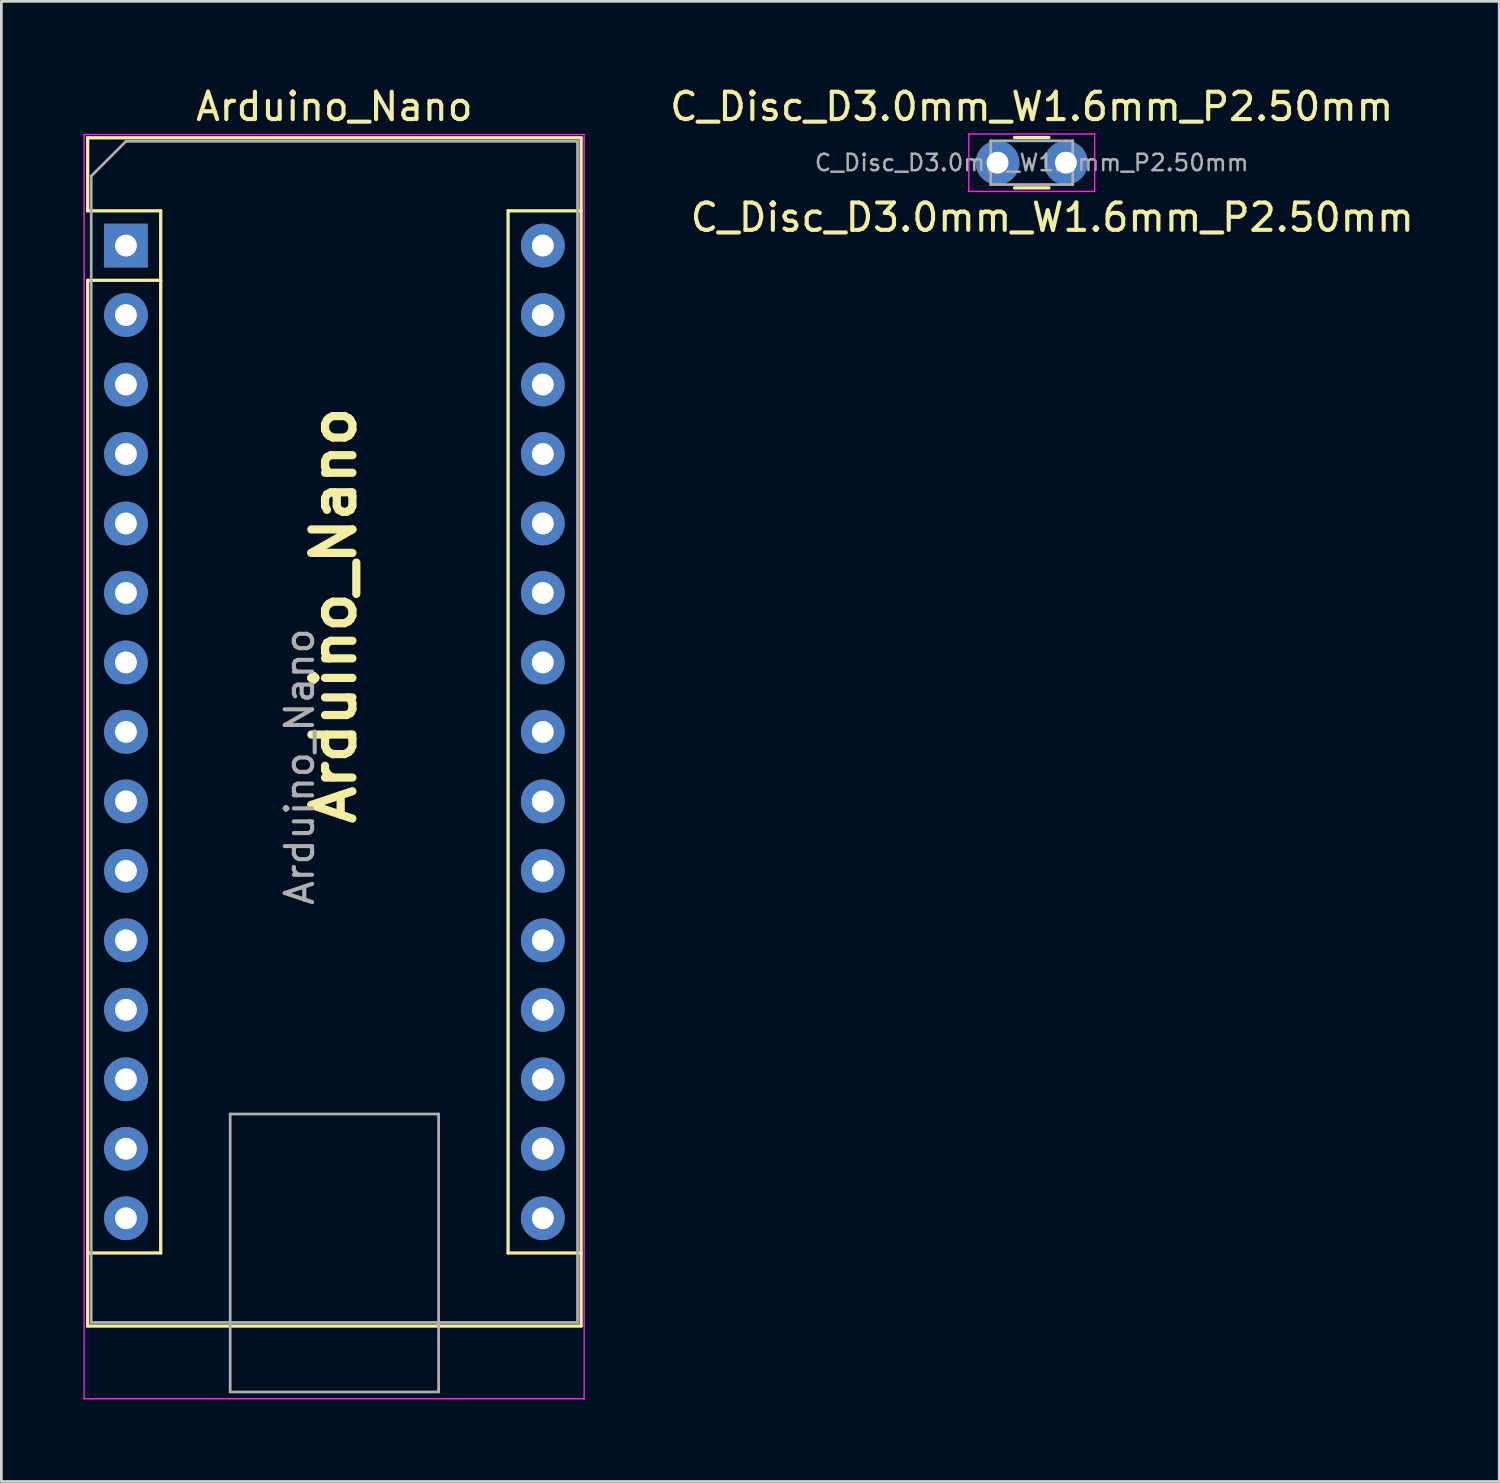
<source format=kicad_pcb>
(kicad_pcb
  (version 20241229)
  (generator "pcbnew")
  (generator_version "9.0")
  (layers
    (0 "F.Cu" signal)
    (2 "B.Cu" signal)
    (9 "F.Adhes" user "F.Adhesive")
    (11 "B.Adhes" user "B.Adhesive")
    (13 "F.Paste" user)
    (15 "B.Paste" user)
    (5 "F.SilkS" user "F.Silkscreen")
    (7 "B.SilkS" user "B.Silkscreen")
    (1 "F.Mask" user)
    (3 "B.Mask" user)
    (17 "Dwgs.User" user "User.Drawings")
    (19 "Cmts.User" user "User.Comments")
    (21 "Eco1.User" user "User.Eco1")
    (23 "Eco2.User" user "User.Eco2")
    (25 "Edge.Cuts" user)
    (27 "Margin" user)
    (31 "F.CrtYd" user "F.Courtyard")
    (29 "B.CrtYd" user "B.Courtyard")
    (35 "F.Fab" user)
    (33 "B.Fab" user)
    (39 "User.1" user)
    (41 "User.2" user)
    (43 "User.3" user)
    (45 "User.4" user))
  (footprint "Arduino_Nano"
    (layer "F.Cu")
    (at 1.555 5.928)
    (property "Reference" "Arduino_Nano" (at 7.62 -5.08 0) (layer "F.SilkS") (effects (font (size 1 1) (thickness 0.15))))
    (property "Value" "Arduino_Nano" (at 8.89 19.05 90) (layer "F.Fab") (hide yes) (effects (font (size 1 1) (thickness 0.15))))
    (attr through_hole)
    (fp_line (start -1.4 -3.94) (end -1.4 -1.27) (stroke (width 0.12) (type solid)) (layer "F.SilkS"))
    (fp_line (start -1.4 1.27) (end -1.4 39.5) (stroke (width 0.12) (type solid)) (layer "F.SilkS"))
    (fp_line (start -1.4 39.5) (end 16.64 39.5) (stroke (width 0.12) (type solid)) (layer "F.SilkS"))
    (fp_line (start 1.27 -1.27) (end -1.4 -1.27) (stroke (width 0.12) (type solid)) (layer "F.SilkS"))
    (fp_line (start 1.27 1.27) (end -1.4 1.27) (stroke (width 0.12) (type solid)) (layer "F.SilkS"))
    (fp_line (start 1.27 1.27) (end 1.27 -1.27) (stroke (width 0.12) (type solid)) (layer "F.SilkS"))
    (fp_line (start 1.27 1.27) (end 1.27 36.83) (stroke (width 0.12) (type solid)) (layer "F.SilkS"))
    (fp_line (start 1.27 36.83) (end -1.4 36.83) (stroke (width 0.12) (type solid)) (layer "F.SilkS"))
    (fp_line (start 13.97 -1.27) (end 13.97 36.83) (stroke (width 0.12) (type solid)) (layer "F.SilkS"))
    (fp_line (start 13.97 -1.27) (end 16.64 -1.27) (stroke (width 0.12) (type solid)) (layer "F.SilkS"))
    (fp_line (start 13.97 36.83) (end 16.64 36.83) (stroke (width 0.12) (type solid)) (layer "F.SilkS"))
    (fp_line (start 16.64 -3.94) (end -1.4 -3.94) (stroke (width 0.12) (type solid)) (layer "F.SilkS"))
    (fp_line (start 16.64 39.5) (end 16.64 -3.94) (stroke (width 0.12) (type solid)) (layer "F.SilkS"))
    (fp_line (start -1.53 -4.06) (end -1.53 42.16) (stroke (width 0.05) (type solid)) (layer "F.CrtYd"))
    (fp_line (start -1.53 -4.06) (end 16.75 -4.06) (stroke (width 0.05) (type solid)) (layer "F.CrtYd"))
    (fp_line (start 16.75 42.16) (end -1.53 42.16) (stroke (width 0.05) (type solid)) (layer "F.CrtYd"))
    (fp_line (start 16.75 42.16) (end 16.75 -4.06) (stroke (width 0.05) (type solid)) (layer "F.CrtYd"))
    (fp_line (start -1.27 -2.54) (end 0 -3.81) (stroke (width 0.1) (type solid)) (layer "F.Fab"))
    (fp_line (start -1.27 39.37) (end -1.27 -2.54) (stroke (width 0.1) (type solid)) (layer "F.Fab"))
    (fp_line (start 0 -3.81) (end 16.51 -3.81) (stroke (width 0.1) (type solid)) (layer "F.Fab"))
    (fp_line (start 3.81 31.75) (end 11.43 31.75) (stroke (width 0.1) (type solid)) (layer "F.Fab"))
    (fp_line (start 3.81 41.91) (end 3.81 31.75) (stroke (width 0.1) (type solid)) (layer "F.Fab"))
    (fp_line (start 11.43 31.75) (end 11.43 41.91) (stroke (width 0.1) (type solid)) (layer "F.Fab"))
    (fp_line (start 11.43 41.91) (end 3.81 41.91) (stroke (width 0.1) (type solid)) (layer "F.Fab"))
    (fp_line (start 16.51 -3.81) (end 16.51 39.37) (stroke (width 0.1) (type solid)) (layer "F.Fab"))
    (fp_line (start 16.51 39.37) (end -1.27 39.37) (stroke (width 0.1) (type solid)) (layer "F.Fab"))
    (fp_text user "${VALUE}" (at 7.6 13.52 90) (layer "F.SilkS") (effects (font (size 1.5 1.5) (thickness 0.3))))
    (fp_text user "${REFERENCE}" (at 6.35 19.05 90) (layer "F.Fab") (effects (font (size 1 1) (thickness 0.15))))
    (pad "1" thru_hole rect (at 0 0) (size 1.6 1.6) (drill 0.8) (layers "*.Cu" "*.Mask"))
    (pad "2" thru_hole oval (at 0 2.54) (size 1.6 1.6) (drill 0.8) (layers "*.Cu" "*.Mask"))
    (pad "3" thru_hole oval (at 0 5.08) (size 1.6 1.6) (drill 0.8) (layers "*.Cu" "*.Mask"))
    (pad "4" thru_hole oval (at 0 7.62) (size 1.6 1.6) (drill 0.8) (layers "*.Cu" "*.Mask"))
    (pad "5" thru_hole oval (at 0 10.16) (size 1.6 1.6) (drill 0.8) (layers "*.Cu" "*.Mask"))
    (pad "6" thru_hole oval (at 0 12.7) (size 1.6 1.6) (drill 0.8) (layers "*.Cu" "*.Mask"))
    (pad "7" thru_hole oval (at 0 15.24) (size 1.6 1.6) (drill 0.8) (layers "*.Cu" "*.Mask"))
    (pad "8" thru_hole oval (at 0 17.78) (size 1.6 1.6) (drill 0.8) (layers "*.Cu" "*.Mask"))
    (pad "9" thru_hole oval (at 0 20.32) (size 1.6 1.6) (drill 0.8) (layers "*.Cu" "*.Mask"))
    (pad "10" thru_hole oval (at 0 22.86) (size 1.6 1.6) (drill 0.8) (layers "*.Cu" "*.Mask"))
    (pad "11" thru_hole oval (at 0 25.4) (size 1.6 1.6) (drill 0.8) (layers "*.Cu" "*.Mask"))
    (pad "12" thru_hole oval (at 0 27.94) (size 1.6 1.6) (drill 0.8) (layers "*.Cu" "*.Mask"))
    (pad "13" thru_hole oval (at 0 30.48) (size 1.6 1.6) (drill 0.8) (layers "*.Cu" "*.Mask"))
    (pad "14" thru_hole oval (at 0 33.02) (size 1.6 1.6) (drill 0.8) (layers "*.Cu" "*.Mask"))
    (pad "15" thru_hole oval (at 0 35.56) (size 1.6 1.6) (drill 0.8) (layers "*.Cu" "*.Mask"))
    (pad "16" thru_hole oval (at 15.24 35.56) (size 1.6 1.6) (drill 0.8) (layers "*.Cu" "*.Mask"))
    (pad "17" thru_hole oval (at 15.24 33.02) (size 1.6 1.6) (drill 0.8) (layers "*.Cu" "*.Mask"))
    (pad "18" thru_hole oval (at 15.24 30.48) (size 1.6 1.6) (drill 0.8) (layers "*.Cu" "*.Mask"))
    (pad "19" thru_hole oval (at 15.24 27.94) (size 1.6 1.6) (drill 0.8) (layers "*.Cu" "*.Mask"))
    (pad "20" thru_hole oval (at 15.24 25.4) (size 1.6 1.6) (drill 0.8) (layers "*.Cu" "*.Mask"))
    (pad "21" thru_hole oval (at 15.24 22.86) (size 1.6 1.6) (drill 0.8) (layers "*.Cu" "*.Mask"))
    (pad "22" thru_hole oval (at 15.24 20.32) (size 1.6 1.6) (drill 0.8) (layers "*.Cu" "*.Mask"))
    (pad "23" thru_hole oval (at 15.24 17.78) (size 1.6 1.6) (drill 0.8) (layers "*.Cu" "*.Mask"))
    (pad "24" thru_hole oval (at 15.24 15.24) (size 1.6 1.6) (drill 0.8) (layers "*.Cu" "*.Mask"))
    (pad "25" thru_hole oval (at 15.24 12.7) (size 1.6 1.6) (drill 0.8) (layers "*.Cu" "*.Mask"))
    (pad "26" thru_hole oval (at 15.24 10.16) (size 1.6 1.6) (drill 0.8) (layers "*.Cu" "*.Mask"))
    (pad "27" thru_hole oval (at 15.24 7.62) (size 1.6 1.6) (drill 0.8) (layers "*.Cu" "*.Mask"))
    (pad "28" thru_hole oval (at 15.24 5.08) (size 1.6 1.6) (drill 0.8) (layers "*.Cu" "*.Mask"))
    (pad "29" thru_hole oval (at 15.24 2.54) (size 1.6 1.6) (drill 0.8) (layers "*.Cu" "*.Mask"))
    (pad "30" thru_hole oval (at 15.24 0) (size 1.6 1.6) (drill 0.8) (layers "*.Cu" "*.Mask")))
  (footprint "C_Disc_D3.0mm_W1.6mm_P2.50mm"
    (layer "F.Cu")
    (at 33.419 2.898)
    (property "Reference" "C_Disc_D3.0mm_W1.6mm_P2.50mm" (at 1.25 -2.05 0) (layer "F.SilkS") (effects (font (size 1 1) (thickness 0.15))))
    (property "Value" "C_Disc_D3.0mm_W1.6mm_P2.50mm" (at 1.25 2.05 0) (layer "F.Fab") (hide yes) (effects (font (size 1 1) (thickness 0.15))))
    (attr through_hole)
    (fp_line (start 0.621 -0.92) (end 1.879 -0.92) (stroke (width 0.12) (type solid)) (layer "F.SilkS"))
    (fp_line (start 0.621 0.92) (end 1.879 0.92) (stroke (width 0.12) (type solid)) (layer "F.SilkS"))
    (fp_line (start -1.05 -1.05) (end -1.05 1.05) (stroke (width 0.05) (type solid)) (layer "F.CrtYd"))
    (fp_line (start -1.05 1.05) (end 3.55 1.05) (stroke (width 0.05) (type solid)) (layer "F.CrtYd"))
    (fp_line (start 3.55 -1.05) (end -1.05 -1.05) (stroke (width 0.05) (type solid)) (layer "F.CrtYd"))
    (fp_line (start 3.55 1.05) (end 3.55 -1.05) (stroke (width 0.05) (type solid)) (layer "F.CrtYd"))
    (fp_line (start -0.25 -0.8) (end -0.25 0.8) (stroke (width 0.1) (type solid)) (layer "F.Fab"))
    (fp_line (start -0.25 0.8) (end 2.75 0.8) (stroke (width 0.1) (type solid)) (layer "F.Fab"))
    (fp_line (start 2.75 -0.8) (end -0.25 -0.8) (stroke (width 0.1) (type solid)) (layer "F.Fab"))
    (fp_line (start 2.75 0.8) (end 2.75 -0.8) (stroke (width 0.1) (type solid)) (layer "F.Fab"))
    (fp_text user "${VALUE}" (at 2 2 0) (layer "F.SilkS") (effects (font (size 1 1) (thickness 0.15))))
    (fp_text user "${REFERENCE}" (at 1.25 0 0) (layer "F.Fab") (effects (font (size 0.6 0.6) (thickness 0.09))))
    (pad "1" thru_hole circle (at 0 0) (size 1.6 1.6) (drill 0.8) (layers "*.Cu" "*.Mask"))
    (pad "2" thru_hole circle (at 2.5 0) (size 1.6 1.6) (drill 0.8) (layers "*.Cu" "*.Mask")))
  (gr_rect
    (start -3 -3)
    (end 51.759 51.113)
    (stroke (width 0.1) (type default))
    (fill no)
    (layer "Edge.Cuts")))
</source>
